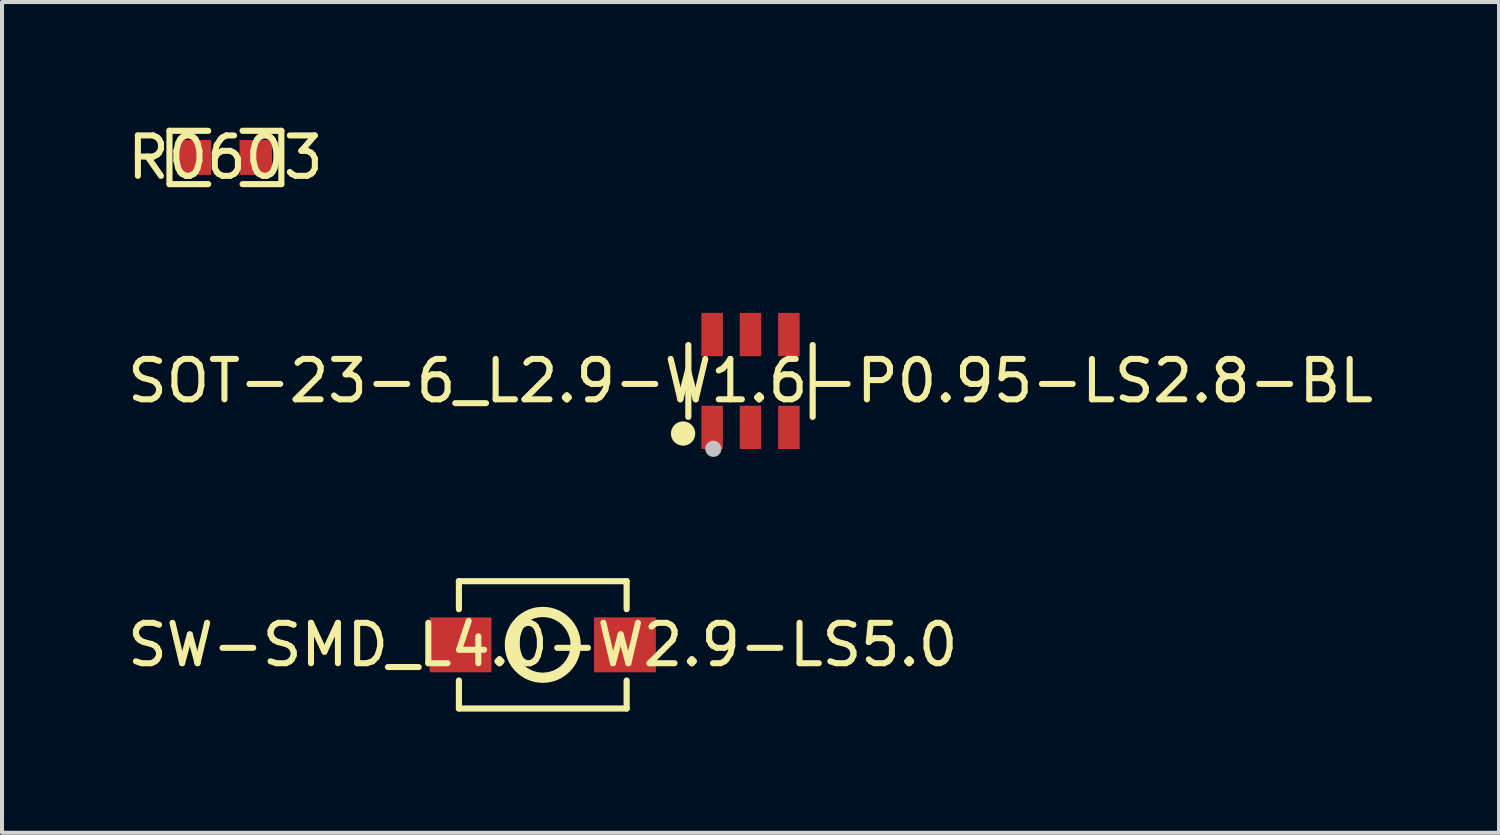
<source format=kicad_pcb>
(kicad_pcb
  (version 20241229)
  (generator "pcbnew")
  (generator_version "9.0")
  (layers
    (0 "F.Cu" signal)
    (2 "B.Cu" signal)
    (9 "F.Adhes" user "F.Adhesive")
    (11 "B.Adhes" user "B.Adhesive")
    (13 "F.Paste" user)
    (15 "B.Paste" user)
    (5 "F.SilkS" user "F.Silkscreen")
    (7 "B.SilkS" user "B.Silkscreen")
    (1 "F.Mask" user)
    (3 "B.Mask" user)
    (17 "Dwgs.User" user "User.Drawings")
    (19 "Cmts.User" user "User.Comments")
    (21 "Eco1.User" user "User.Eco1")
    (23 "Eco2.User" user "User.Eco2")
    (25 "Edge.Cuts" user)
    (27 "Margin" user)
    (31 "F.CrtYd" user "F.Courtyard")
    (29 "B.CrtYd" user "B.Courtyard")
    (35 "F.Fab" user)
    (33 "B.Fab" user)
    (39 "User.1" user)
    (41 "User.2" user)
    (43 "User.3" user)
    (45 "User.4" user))
  (footprint "SOT-23-6_L2.9-W1.6-P0.95-LS2.8-BL"
    (layer "F.Cu")
    (at 15.53 6.381)
    (property "Reference" "SOT-23-6_L2.9-W1.6-P0.95-LS2.8-BL" (at 0 0 0) (layer "F.SilkS") (effects (font (size 1 1) (thickness 0.15))))
    (fp_line (start -1.539 0.889) (end -1.539 -0.889) (stroke (width 0.152) (type default)) (layer "F.SilkS"))
    (fp_line (start 1.539 0.889) (end 1.539 -0.889) (stroke (width 0.152) (type default)) (layer "F.SilkS"))
    (fp_circle (center -1.669 1.302) (end -1.518 1.302) (stroke (width 0.3) (type default)) (fill no) (layer "F.SilkS"))
    (fp_circle (center -0.92 1.68) (end -0.82 1.68) (stroke (width 0.2) (type default)) (fill no) (layer "Dwgs.User"))
    (fp_poly (pts (xy -1.165 -0.935) (xy -0.735 -0.935) (xy -0.735 -0.803) (xy -1.165 -0.803)) (stroke (width 0.1) (type default)) (fill no) (layer "User.1"))
    (fp_poly (pts (xy -1.165 -0.925) (xy -0.735 -0.925) (xy -0.735 -1.4) (xy -1.165 -1.4)) (stroke (width 0.1) (type default)) (fill no) (layer "User.1"))
    (fp_poly (pts (xy -1.165 0.803) (xy -0.735 0.803) (xy -0.735 0.935) (xy -1.165 0.935)) (stroke (width 0.1) (type default)) (fill no) (layer "User.1"))
    (fp_poly (pts (xy -1.165 0.925) (xy -0.735 0.925) (xy -0.735 1.4) (xy -1.165 1.4)) (stroke (width 0.1) (type default)) (fill no) (layer "User.1"))
    (fp_poly (pts (xy -0.215 -0.935) (xy 0.215 -0.935) (xy 0.215 -0.803) (xy -0.215 -0.803)) (stroke (width 0.1) (type default)) (fill no) (layer "User.1"))
    (fp_poly (pts (xy -0.215 -0.925) (xy 0.215 -0.925) (xy 0.215 -1.4) (xy -0.215 -1.4)) (stroke (width 0.1) (type default)) (fill no) (layer "User.1"))
    (fp_poly (pts (xy -0.215 0.803) (xy 0.215 0.803) (xy 0.215 0.935) (xy -0.215 0.935)) (stroke (width 0.1) (type default)) (fill no) (layer "User.1"))
    (fp_poly (pts (xy -0.215 0.925) (xy 0.215 0.925) (xy 0.215 1.4) (xy -0.215 1.4)) (stroke (width 0.1) (type default)) (fill no) (layer "User.1"))
    (fp_poly (pts (xy 0.735 -0.935) (xy 1.165 -0.935) (xy 1.165 -0.803) (xy 0.735 -0.803)) (stroke (width 0.1) (type default)) (fill no) (layer "User.1"))
    (fp_poly (pts (xy 0.735 -0.925) (xy 1.165 -0.925) (xy 1.165 -1.4) (xy 0.735 -1.4)) (stroke (width 0.1) (type default)) (fill no) (layer "User.1"))
    (fp_poly (pts (xy 0.735 0.803) (xy 1.165 0.803) (xy 1.165 0.935) (xy 0.735 0.935)) (stroke (width 0.1) (type default)) (fill no) (layer "User.1"))
    (fp_poly (pts (xy 0.735 0.925) (xy 1.165 0.925) (xy 1.165 1.4) (xy 0.735 1.4)) (stroke (width 0.1) (type default)) (fill no) (layer "User.1"))
    (fp_line (start -1.463 -0.813) (end 1.463 -0.813) (stroke (width 0.051) (type default)) (layer "User.2"))
    (fp_line (start -1.463 0.813) (end -1.463 -0.813) (stroke (width 0.051) (type default)) (layer "User.2"))
    (fp_line (start 1.463 -0.813) (end 1.463 0.813) (stroke (width 0.051) (type default)) (layer "User.2"))
    (fp_line (start 1.463 0.813) (end -1.463 0.813) (stroke (width 0.051) (type default)) (layer "User.2"))
    (fp_poly (pts (xy -1.365 1.38) (xy -1.38 1.344) (xy -1.407 1.317) (xy -1.443 1.302) (xy -1.483 1.302) (xy -1.519 1.317) (xy -1.546 1.344) (xy -1.561 1.38) (xy -1.561 1.42) (xy -1.546 1.456) (xy -1.519 1.483) (xy -1.483 1.498) (xy -1.443 1.498) (xy -1.407 1.483) (xy -1.38 1.456) (xy -1.365 1.42)) (stroke (width 0.1) (type default)) (fill no) (layer "User.3"))
    (pad "1" smd rect (at -0.95 1.149) (size 0.532 1.072) (layers "F.Cu" "F.Mask" "F.Paste"))
    (pad "2" smd rect (at 0 1.149) (size 0.532 1.072) (layers "F.Cu" "F.Mask" "F.Paste"))
    (pad "3" smd rect (at 0.95 1.149) (size 0.532 1.072) (layers "F.Cu" "F.Mask" "F.Paste"))
    (pad "4" smd rect (at 0.95 -1.149) (size 0.532 1.072) (layers "F.Cu" "F.Mask" "F.Paste"))
    (pad "5" smd rect (at 0 -1.149) (size 0.532 1.072) (layers "F.Cu" "F.Mask" "F.Paste"))
    (pad "6" smd rect (at -0.95 -1.149) (size 0.532 1.072) (layers "F.Cu" "F.Mask" "F.Paste")))
  (footprint "R0603"
    (layer "F.Cu")
    (at 2.53 0.848)
    (property "Reference" "R0603" (at 0 0 0) (layer "F.SilkS") (effects (font (size 1 1) (thickness 0.15))))
    (fp_line (start -1.385 -0.66) (end -0.426 -0.66) (stroke (width 0.152) (type default)) (layer "F.SilkS"))
    (fp_line (start -1.385 0.66) (end -1.385 -0.66) (stroke (width 0.152) (type default)) (layer "F.SilkS"))
    (fp_line (start -0.426 0.66) (end -1.385 0.66) (stroke (width 0.152) (type default)) (layer "F.SilkS"))
    (fp_line (start 0.426 0.66) (end 1.385 0.66) (stroke (width 0.152) (type default)) (layer "F.SilkS"))
    (fp_line (start 1.385 -0.66) (end 0.426 -0.66) (stroke (width 0.152) (type default)) (layer "F.SilkS"))
    (fp_line (start 1.385 0.66) (end 1.385 -0.66) (stroke (width 0.152) (type default)) (layer "F.SilkS"))
    (fp_poly (pts (xy -0.355 -0.4) (xy -0.355 -0.172) (xy -0.735 -0.172) (xy -0.735 0.158) (xy -0.355 0.158) (xy -0.355 0.4) (xy -0.405 0.45) (xy -1.195 0.45) (xy -1.245 0.4) (xy -1.245 -0.4) (xy -1.195 -0.45) (xy -0.405 -0.45)) (stroke (width 0) (type default)) (fill yes) (layer "F.Paste"))
    (fp_poly (pts (xy 1.195 -0.45) (xy 0.395 -0.45) (xy 0.345 -0.4) (xy 0.345 -0.172) (xy 0.715 -0.172) (xy 0.715 0.158) (xy 0.345 0.158) (xy 0.345 0.4) (xy 0.395 0.45) (xy 1.195 0.45) (xy 1.245 0.4) (xy 1.245 -0.4)) (stroke (width 0) (type default)) (fill yes) (layer "F.Paste"))
    (fp_poly (pts (xy -0.8 0.4) (xy -0.8 -0.4) (xy -0.5 -0.4) (xy -0.5 0.4)) (stroke (width 0.1) (type default)) (fill no) (layer "User.1"))
    (fp_poly (pts (xy 0.8 0.4) (xy 0.8 -0.4) (xy 0.5 -0.4) (xy 0.5 0.4)) (stroke (width 0.1) (type default)) (fill no) (layer "User.1"))
    (fp_line (start -0.8 -0.4) (end 0.8 -0.4) (stroke (width 0.051) (type default)) (layer "User.2"))
    (fp_line (start -0.8 0.4) (end -0.8 -0.4) (stroke (width 0.051) (type default)) (layer "User.2"))
    (fp_line (start 0.8 -0.4) (end 0.8 0.4) (stroke (width 0.051) (type default)) (layer "User.2"))
    (fp_line (start 0.8 0.4) (end -0.8 0.4) (stroke (width 0.051) (type default)) (layer "User.2"))
    (fp_poly (pts (xy -0.745 0.377) (xy -0.777 0.345) (xy -0.823 0.345) (xy -0.855 0.377) (xy -0.855 0.423) (xy -0.823 0.455) (xy -0.777 0.455) (xy -0.745 0.423)) (stroke (width 0.1) (type default)) (fill no) (layer "User.3"))
    (pad "1" smd rect (at -0.753 0) (size 0.806 0.864) (layers "F.Cu" "F.Mask" "F.Paste"))
    (pad "2" smd rect (at 0.753 0) (size 0.806 0.864) (layers "F.Cu" "F.Mask" "F.Paste")))
  (footprint "SW-SMD_L4.0-W2.9-LS5.0"
    (layer "F.Cu")
    (at 10.387 12.914)
    (property "Reference" "SW-SMD_L4.0-W2.9-LS5.0" (at 0 0 0) (layer "F.SilkS") (effects (font (size 1 1) (thickness 0.15))))
    (fp_line (start -2.076 -1.576) (end -2.076 -0.883) (stroke (width 0.152) (type default)) (layer "F.SilkS"))
    (fp_line (start -2.076 1.576) (end -2.076 0.883) (stroke (width 0.152) (type default)) (layer "F.SilkS"))
    (fp_line (start 2.076 -1.576) (end -2.076 -1.576) (stroke (width 0.152) (type default)) (layer "F.SilkS"))
    (fp_line (start 2.076 -1.576) (end 2.076 -0.883) (stroke (width 0.152) (type default)) (layer "F.SilkS"))
    (fp_line (start 2.076 1.576) (end -2.076 1.576) (stroke (width 0.152) (type default)) (layer "F.SilkS"))
    (fp_line (start 2.076 1.576) (end 2.076 0.883) (stroke (width 0.152) (type default)) (layer "F.SilkS"))
    (fp_circle (center 0 0) (end 0.814 0) (stroke (width 0.254) (type default)) (fill no) (layer "F.SilkS"))
    (fp_poly (pts (xy -2.5 -0.65) (xy -2.5 0.65) (xy -1.3 0.65) (xy -1.3 -0.65)) (stroke (width 0.1) (type default)) (fill no) (layer "User.1"))
    (fp_poly (pts (xy 2.5 -0.65) (xy 2.5 0.65) (xy 1.3 0.65) (xy 1.3 -0.65)) (stroke (width 0.1) (type default)) (fill no) (layer "User.1"))
    (fp_line (start -2 -1.45) (end 2 -1.45) (stroke (width 0.051) (type default)) (layer "User.2"))
    (fp_line (start -2 1.45) (end -2 -1.45) (stroke (width 0.051) (type default)) (layer "User.2"))
    (fp_line (start 2 -1.45) (end 2 1.45) (stroke (width 0.051) (type default)) (layer "User.2"))
    (fp_line (start 2 1.45) (end -2 1.45) (stroke (width 0.051) (type default)) (layer "User.2"))
    (fp_poly (pts (xy -2.445 1.427) (xy -2.477 1.395) (xy -2.523 1.395) (xy -2.555 1.427) (xy -2.555 1.473) (xy -2.523 1.505) (xy -2.477 1.505) (xy -2.445 1.473)) (stroke (width 0.1) (type default)) (fill no) (layer "User.3"))
    (pad "1" smd rect (at -2.035 0) (size 1.53 1.36) (layers "F.Cu" "F.Mask" "F.Paste"))
    (pad "2" smd rect (at 2.035 0) (size 1.53 1.36) (layers "F.Cu" "F.Mask" "F.Paste")))
  (gr_rect
    (start -3 -3)
    (end 34.06 17.566)
    (stroke (width 0.1) (type default))
    (fill no)
    (layer "Edge.Cuts")))
</source>
